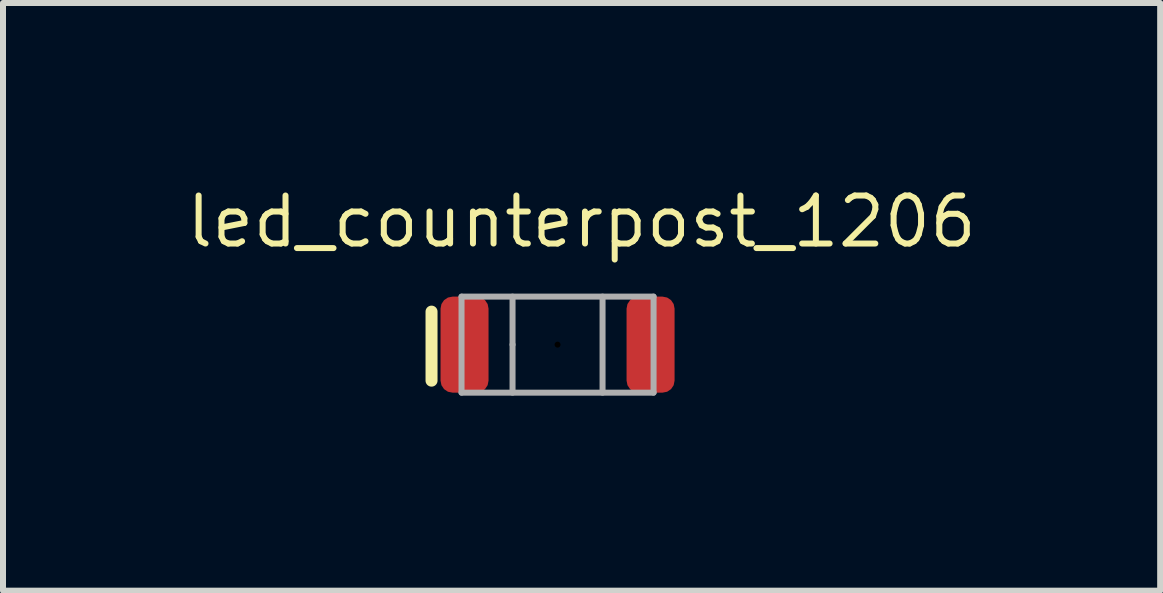
<source format=kicad_pcb>
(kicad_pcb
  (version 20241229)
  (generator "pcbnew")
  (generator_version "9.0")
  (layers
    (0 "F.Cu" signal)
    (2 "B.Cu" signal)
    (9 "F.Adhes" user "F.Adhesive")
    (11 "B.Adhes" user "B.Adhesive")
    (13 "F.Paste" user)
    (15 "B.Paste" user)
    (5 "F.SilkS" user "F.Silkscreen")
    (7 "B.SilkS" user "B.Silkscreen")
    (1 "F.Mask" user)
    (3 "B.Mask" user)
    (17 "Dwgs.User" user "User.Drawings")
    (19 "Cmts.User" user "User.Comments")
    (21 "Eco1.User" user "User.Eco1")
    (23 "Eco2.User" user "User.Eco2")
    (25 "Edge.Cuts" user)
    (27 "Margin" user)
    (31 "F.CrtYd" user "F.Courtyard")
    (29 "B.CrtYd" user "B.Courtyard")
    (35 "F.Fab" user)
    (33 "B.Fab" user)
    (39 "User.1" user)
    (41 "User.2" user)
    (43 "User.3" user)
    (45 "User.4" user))
  (footprint "led_counterpost_1206"
    (layer "F.Cu")
    (at 6.241 2.693)
    (property "Reference" "led_counterpost_1206" (at 0.4 -2.05 0) (unlocked yes) (layer "F.SilkS") (effects (font (size 0.8 0.8) (thickness 0.1))))
    (attr smd)
    (fp_line (start -2.1 -0.55) (end -2.1 0.6) (stroke (width 0.2) (type solid)) (layer "F.SilkS"))
    (fp_line (start -1.6 -0.8) (end 1.6 -0.8) (stroke (width 0.1) (type solid)) (layer "F.Fab"))
    (fp_line (start -1.6 0.8) (end -1.6 -0.8) (stroke (width 0.1) (type solid)) (layer "F.Fab"))
    (fp_line (start -0.75 0) (end -0.75 -0.8) (stroke (width 0.1) (type solid)) (layer "F.Fab"))
    (fp_line (start -0.75 0) (end -0.75 0.8) (stroke (width 0.1) (type solid)) (layer "F.Fab"))
    (fp_line (start 0.75 -0.8) (end 0.75 0.8) (stroke (width 0.1) (type solid)) (layer "F.Fab"))
    (fp_line (start 1.6 -0.8) (end 1.6 0.8) (stroke (width 0.1) (type solid)) (layer "F.Fab"))
    (fp_line (start 1.6 0.8) (end -1.6 0.8) (stroke (width 0.1) (type solid)) (layer "F.Fab"))
    (pad "" np_thru_hole circle (at 0 0) (size 0.1 0.1) (drill 2.2) (layers "*.Mask"))
    (pad "1" smd roundrect (at -1.55 0 90) (size 1.6 0.8) (layers "F.Cu" "F.Mask" "F.Paste") (roundrect_rratio 0.25))
    (pad "2" smd roundrect (at 1.55 0 90) (size 1.6 0.8) (layers "F.Cu" "F.Mask" "F.Paste") (roundrect_rratio 0.25)))
  (gr_rect
    (start -3 -3)
    (end 16.283 6.793)
    (stroke (width 0.1) (type default))
    (fill no)
    (layer "Edge.Cuts")))
</source>
